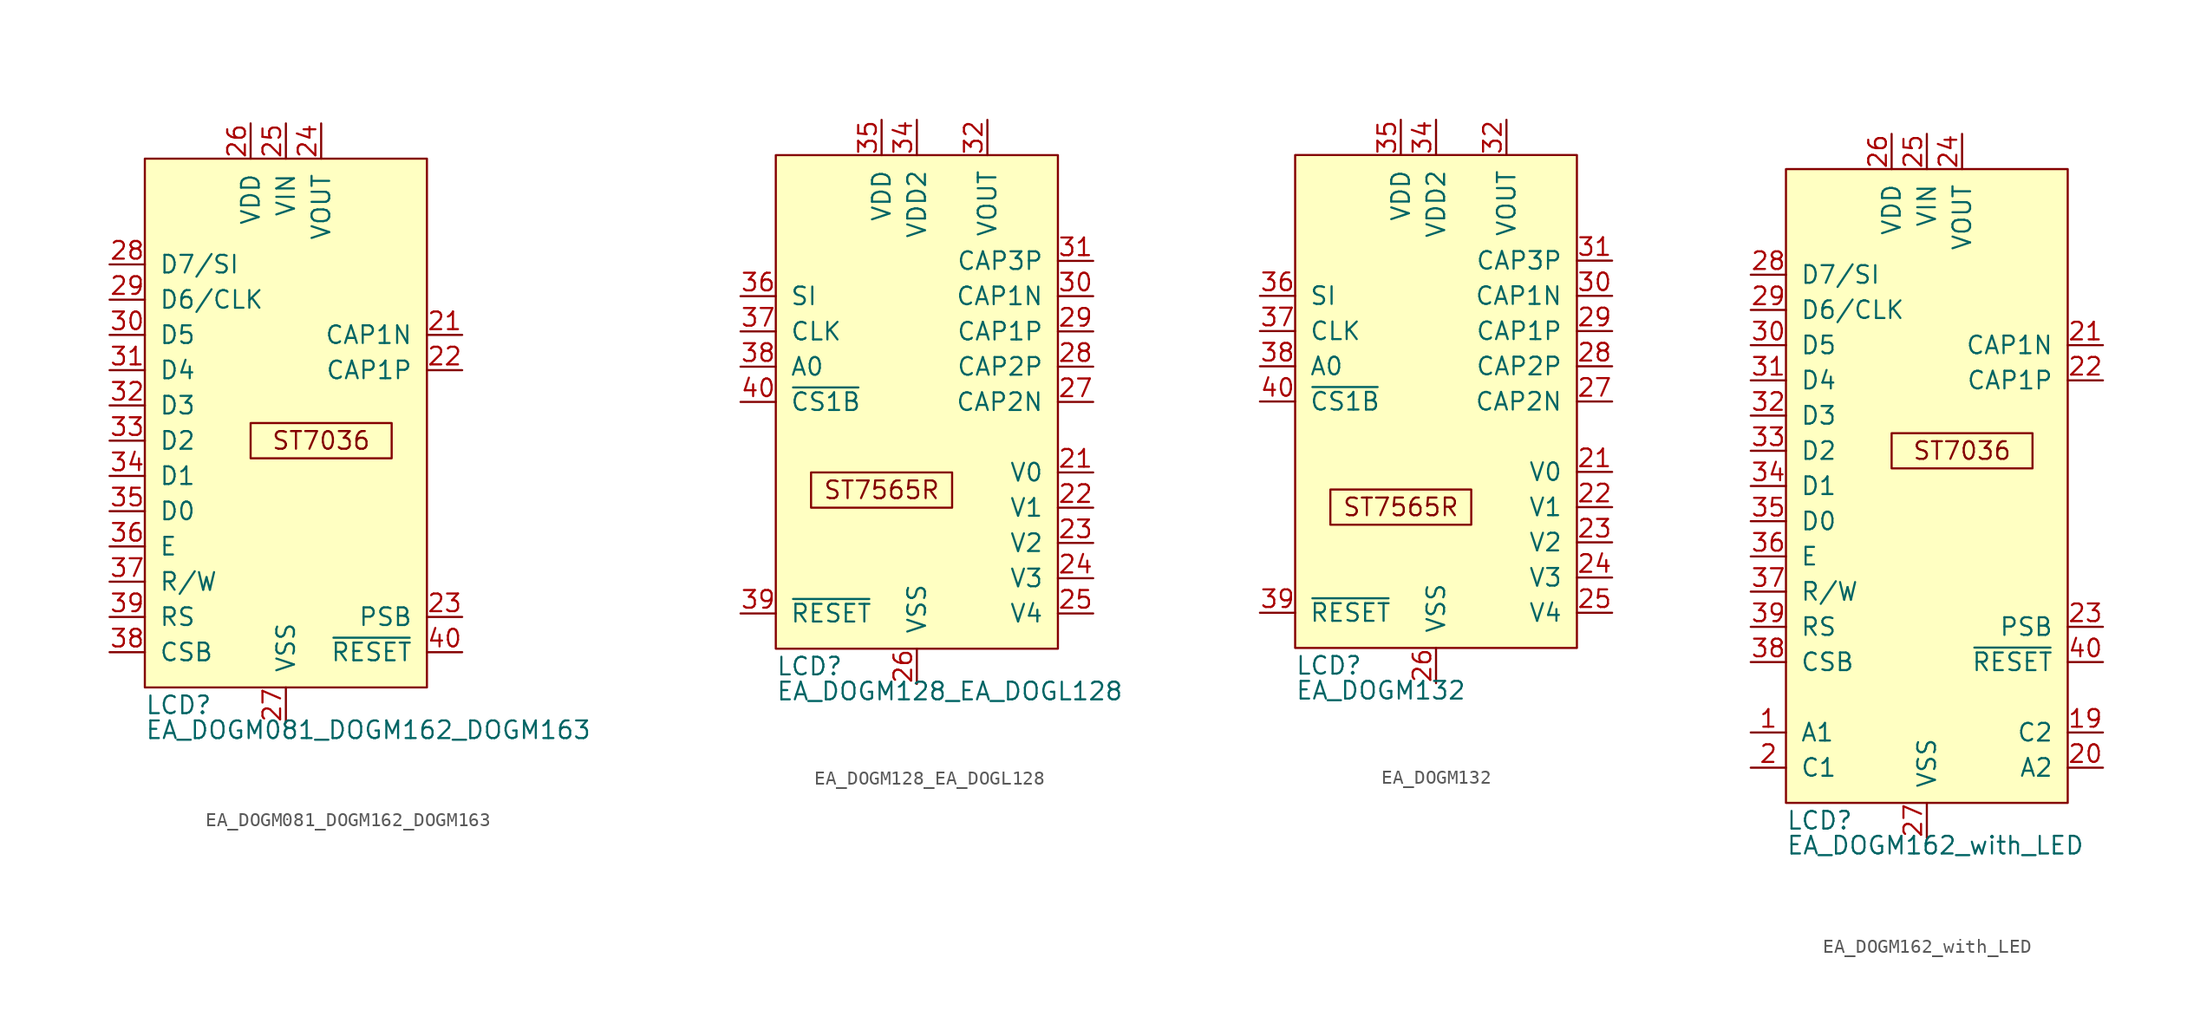
<source format=kicad_sym>
(kicad_symbol_lib
  (version 20211014)
  (generator kicad_symbol_editor)
  (symbol "EA_DOGM081_DOGM162_DOGM163"
    (pin_names
      (offset 1.016))
    (property "Reference" "LCD"
      (at -10.16 -19.05 0)
      (effects (font (size 1.27 1.27)) (justify left)))
    (property "Value" "EA_DOGM081_DOGM162_DOGM163"
      (at -10.16 -21.59 0)
      (effects (font (size 1.27 1.27)) (justify left bottom)))
    (symbol "EA_DOGM081_DOGM162_DOGM163_0_0"
      (rectangle (start -2.54 1.27) (end 7.62 -1.27) (stroke (width 0) (type default) (color 0 0 0 0)) (fill (type none)))
      (text "ST7036" (at 2.54 0 0) (effects (font (size 1.27 1.27))))
      (pin no_connect line (at -1.27 0 180) (length 2.54) hide (name "~" (effects (font (size 1.27 1.27)))) (number "1" (effects (font (size 1.27 1.27)))))
      (pin no_connect line (at -1.27 -5.08 180) (length 2.54) hide (name "~" (effects (font (size 1.27 1.27)))) (number "19" (effects (font (size 1.27 1.27)))))
      (pin no_connect line (at -1.27 -2.54 180) (length 2.54) hide (name "~" (effects (font (size 1.27 1.27)))) (number "2" (effects (font (size 1.27 1.27)))))
      (pin no_connect line (at -1.27 -7.62 180) (length 2.54) hide (name "~" (effects (font (size 1.27 1.27)))) (number "20" (effects (font (size 1.27 1.27)))))
      (pin passive line (at 12.7 7.62 180) (length 2.54) (name "CAP1N" (effects (font (size 1.27 1.27)))) (number "21" (effects (font (size 1.27 1.27)))))
      (pin passive line (at 12.7 5.08 180) (length 2.54) (name "CAP1P" (effects (font (size 1.27 1.27)))) (number "22" (effects (font (size 1.27 1.27)))))
      (pin input line (at 12.7 -12.7 180) (length 2.54) (name "PSB" (effects (font (size 1.27 1.27)))) (number "23" (effects (font (size 1.27 1.27)))))
      (pin power_in line (at 2.54 22.86 270) (length 2.54) (name "VOUT" (effects (font (size 1.27 1.27)))) (number "24" (effects (font (size 1.27 1.27)))))
      (pin power_in line (at 0 22.86 270) (length 2.54) (name "VIN" (effects (font (size 1.27 1.27)))) (number "25" (effects (font (size 1.27 1.27)))))
      (pin power_in line (at -2.54 22.86 270) (length 2.54) (name "VDD" (effects (font (size 1.27 1.27)))) (number "26" (effects (font (size 1.27 1.27)))))
      (pin power_in line (at 0 -20.32 90) (length 2.54) (name "VSS" (effects (font (size 1.27 1.27)))) (number "27" (effects (font (size 1.27 1.27)))))
      (pin bidirectional line (at -12.7 12.7 0) (length 2.54) (name "D7/SI" (effects (font (size 1.27 1.27)))) (number "28" (effects (font (size 1.27 1.27)))))
      (pin bidirectional line (at -12.7 10.16 0) (length 2.54) (name "D6/CLK" (effects (font (size 1.27 1.27)))) (number "29" (effects (font (size 1.27 1.27)))))
      (pin bidirectional line (at -12.7 7.62 0) (length 2.54) (name "D5" (effects (font (size 1.27 1.27)))) (number "30" (effects (font (size 1.27 1.27)))))
      (pin bidirectional line (at -12.7 5.08 0) (length 2.54) (name "D4" (effects (font (size 1.27 1.27)))) (number "31" (effects (font (size 1.27 1.27)))))
      (pin bidirectional line (at -12.7 2.54 0) (length 2.54) (name "D3" (effects (font (size 1.27 1.27)))) (number "32" (effects (font (size 1.27 1.27)))))
      (pin bidirectional line (at -12.7 0 0) (length 2.54) (name "D2" (effects (font (size 1.27 1.27)))) (number "33" (effects (font (size 1.27 1.27)))))
      (pin bidirectional line (at -12.7 -2.54 0) (length 2.54) (name "D1" (effects (font (size 1.27 1.27)))) (number "34" (effects (font (size 1.27 1.27)))))
      (pin bidirectional line (at -12.7 -5.08 0) (length 2.54) (name "D0" (effects (font (size 1.27 1.27)))) (number "35" (effects (font (size 1.27 1.27)))))
      (pin input line (at -12.7 -7.62 0) (length 2.54) (name "E" (effects (font (size 1.27 1.27)))) (number "36" (effects (font (size 1.27 1.27)))))
      (pin input line (at -12.7 -10.16 0) (length 2.54) (name "R/W" (effects (font (size 1.27 1.27)))) (number "37" (effects (font (size 1.27 1.27)))))
      (pin input line (at -12.7 -15.24 0) (length 2.54) (name "CSB" (effects (font (size 1.27 1.27)))) (number "38" (effects (font (size 1.27 1.27)))))
      (pin input line (at -12.7 -12.7 0) (length 2.54) (name "RS" (effects (font (size 1.27 1.27)))) (number "39" (effects (font (size 1.27 1.27)))))
      (pin input line (at 12.7 -15.24 180) (length 2.54) (name "~{RESET}" (effects (font (size 1.27 1.27)))) (number "40" (effects (font (size 1.27 1.27))))))
    (symbol "EA_DOGM081_DOGM162_DOGM163_0_1"
      (rectangle (start -10.16 20.32) (end 10.16 -17.78) (stroke (width 0) (type default) (color 0 0 0 0)) (fill (type background)))))
  (symbol "EA_DOGM128_EA_DOGL128"
    (pin_names
      (offset 1.016))
    (property "Reference" "LCD"
      (at -10.16 -19.05 0)
      (effects (font (size 1.27 1.27)) (justify left)))
    (property "Value" "EA_DOGM128_EA_DOGL128"
      (at -10.16 -21.59 0)
      (effects (font (size 1.27 1.27)) (justify left bottom)))
    (symbol "EA_DOGM128_EA_DOGL128_0_0"
      (rectangle (start -7.62 -5.08) (end 2.54 -7.62) (stroke (width 0) (type default) (color 0 0 0 0)) (fill (type none)))
      (text "ST7565R" (at -2.54 -6.35 0) (effects (font (size 1.27 1.27))))
      (pin no_connect line (at -5.08 0 180) (length 2.54) hide (name "~" (effects (font (size 1.27 1.27)))) (number "1" (effects (font (size 1.27 1.27)))))
      (pin no_connect line (at -5.08 -7.62 180) (length 2.54) hide (name "~" (effects (font (size 1.27 1.27)))) (number "18" (effects (font (size 1.27 1.27)))))
      (pin no_connect line (at -5.08 -10.16 180) (length 2.54) hide (name "~" (effects (font (size 1.27 1.27)))) (number "19" (effects (font (size 1.27 1.27)))))
      (pin no_connect line (at -5.08 -2.54 180) (length 2.54) hide (name "~" (effects (font (size 1.27 1.27)))) (number "2" (effects (font (size 1.27 1.27)))))
      (pin no_connect line (at -5.08 -12.7 180) (length 2.54) hide (name "~" (effects (font (size 1.27 1.27)))) (number "20" (effects (font (size 1.27 1.27)))))
      (pin power_in line (at 12.7 -5.08 180) (length 2.54) (name "V0" (effects (font (size 1.27 1.27)))) (number "21" (effects (font (size 1.27 1.27)))))
      (pin power_in line (at 12.7 -7.62 180) (length 2.54) (name "V1" (effects (font (size 1.27 1.27)))) (number "22" (effects (font (size 1.27 1.27)))))
      (pin power_in line (at 12.7 -10.16 180) (length 2.54) (name "V2" (effects (font (size 1.27 1.27)))) (number "23" (effects (font (size 1.27 1.27)))))
      (pin power_in line (at 12.7 -12.7 180) (length 2.54) (name "V3" (effects (font (size 1.27 1.27)))) (number "24" (effects (font (size 1.27 1.27)))))
      (pin power_in line (at 12.7 -15.24 180) (length 2.54) (name "V4" (effects (font (size 1.27 1.27)))) (number "25" (effects (font (size 1.27 1.27)))))
      (pin power_in line (at 0 -20.32 90) (length 2.54) (name "VSS" (effects (font (size 1.27 1.27)))) (number "26" (effects (font (size 1.27 1.27)))))
      (pin passive line (at 12.7 0 180) (length 2.54) (name "CAP2N" (effects (font (size 1.27 1.27)))) (number "27" (effects (font (size 1.27 1.27)))))
      (pin passive line (at 12.7 2.54 180) (length 2.54) (name "CAP2P" (effects (font (size 1.27 1.27)))) (number "28" (effects (font (size 1.27 1.27)))))
      (pin passive line (at 12.7 5.08 180) (length 2.54) (name "CAP1P" (effects (font (size 1.27 1.27)))) (number "29" (effects (font (size 1.27 1.27)))))
      (pin no_connect line (at -5.08 -5.08 180) (length 2.54) hide (name "~" (effects (font (size 1.27 1.27)))) (number "3" (effects (font (size 1.27 1.27)))))
      (pin passive line (at 12.7 7.62 180) (length 2.54) (name "CAP1N" (effects (font (size 1.27 1.27)))) (number "30" (effects (font (size 1.27 1.27)))))
      (pin passive line (at 12.7 10.16 180) (length 2.54) (name "CAP3P" (effects (font (size 1.27 1.27)))) (number "31" (effects (font (size 1.27 1.27)))))
      (pin power_in line (at 5.08 20.32 270) (length 2.54) (name "VOUT" (effects (font (size 1.27 1.27)))) (number "32" (effects (font (size 1.27 1.27)))))
      (pin passive line (at 0 -20.32 90) (length 2.54) hide (name "VSS" (effects (font (size 1.27 1.27)))) (number "33" (effects (font (size 1.27 1.27)))))
      (pin power_in line (at 0 20.32 270) (length 2.54) (name "VDD2" (effects (font (size 1.27 1.27)))) (number "34" (effects (font (size 1.27 1.27)))))
      (pin power_in line (at -2.54 20.32 270) (length 2.54) (name "VDD" (effects (font (size 1.27 1.27)))) (number "35" (effects (font (size 1.27 1.27)))))
      (pin input line (at -12.7 7.62 0) (length 2.54) (name "SI" (effects (font (size 1.27 1.27)))) (number "36" (effects (font (size 1.27 1.27)))))
      (pin input line (at -12.7 5.08 0) (length 2.54) (name "CLK" (effects (font (size 1.27 1.27)))) (number "37" (effects (font (size 1.27 1.27)))))
      (pin input line (at -12.7 2.54 0) (length 2.54) (name "A0" (effects (font (size 1.27 1.27)))) (number "38" (effects (font (size 1.27 1.27)))))
      (pin input line (at -12.7 -15.24 0) (length 2.54) (name "~{RESET}" (effects (font (size 1.27 1.27)))) (number "39" (effects (font (size 1.27 1.27)))))
      (pin input line (at -12.7 0 0) (length 2.54) (name "~{CS1B}" (effects (font (size 1.27 1.27)))) (number "40" (effects (font (size 1.27 1.27))))))
    (symbol "EA_DOGM128_EA_DOGL128_0_1"
      (rectangle (start -10.16 17.78) (end 10.16 -17.78) (stroke (width 0) (type default) (color 0 0 0 0)) (fill (type background)))))
  (symbol "EA_DOGM132"
    (pin_names
      (offset 1.016))
    (property "Reference" "LCD"
      (at -10.16 -19.05 0)
      (effects (font (size 1.27 1.27)) (justify left)))
    (property "Value" "EA_DOGM132"
      (at -10.16 -21.59 0)
      (effects (font (size 1.27 1.27)) (justify left bottom)))
    (symbol "EA_DOGM132_0_0"
      (rectangle (start -7.62 -6.35) (end 2.54 -8.89) (stroke (width 0) (type default) (color 0 0 0 0)) (fill (type none)))
      (text "ST7565R" (at -2.54 -7.62 0) (effects (font (size 1.27 1.27))))
      (pin no_connect line (at -5.08 -3.81 180) (length 2.54) hide (name "~" (effects (font (size 1.27 1.27)))) (number "1" (effects (font (size 1.27 1.27)))))
      (pin no_connect line (at -5.08 -8.89 180) (length 2.54) hide (name "~" (effects (font (size 1.27 1.27)))) (number "19" (effects (font (size 1.27 1.27)))))
      (pin no_connect line (at -5.08 -6.35 180) (length 2.54) hide (name "~" (effects (font (size 1.27 1.27)))) (number "2" (effects (font (size 1.27 1.27)))))
      (pin no_connect line (at -5.08 -11.43 180) (length 2.54) hide (name "~" (effects (font (size 1.27 1.27)))) (number "20" (effects (font (size 1.27 1.27)))))
      (pin power_in line (at 12.7 -5.08 180) (length 2.54) (name "V0" (effects (font (size 1.27 1.27)))) (number "21" (effects (font (size 1.27 1.27)))))
      (pin power_in line (at 12.7 -7.62 180) (length 2.54) (name "V1" (effects (font (size 1.27 1.27)))) (number "22" (effects (font (size 1.27 1.27)))))
      (pin power_in line (at 12.7 -10.16 180) (length 2.54) (name "V2" (effects (font (size 1.27 1.27)))) (number "23" (effects (font (size 1.27 1.27)))))
      (pin power_in line (at 12.7 -12.7 180) (length 2.54) (name "V3" (effects (font (size 1.27 1.27)))) (number "24" (effects (font (size 1.27 1.27)))))
      (pin power_in line (at 12.7 -15.24 180) (length 2.54) (name "V4" (effects (font (size 1.27 1.27)))) (number "25" (effects (font (size 1.27 1.27)))))
      (pin power_in line (at 0 -20.32 90) (length 2.54) (name "VSS" (effects (font (size 1.27 1.27)))) (number "26" (effects (font (size 1.27 1.27)))))
      (pin passive line (at 12.7 0 180) (length 2.54) (name "CAP2N" (effects (font (size 1.27 1.27)))) (number "27" (effects (font (size 1.27 1.27)))))
      (pin passive line (at 12.7 2.54 180) (length 2.54) (name "CAP2P" (effects (font (size 1.27 1.27)))) (number "28" (effects (font (size 1.27 1.27)))))
      (pin passive line (at 12.7 5.08 180) (length 2.54) (name "CAP1P" (effects (font (size 1.27 1.27)))) (number "29" (effects (font (size 1.27 1.27)))))
      (pin passive line (at 12.7 7.62 180) (length 2.54) (name "CAP1N" (effects (font (size 1.27 1.27)))) (number "30" (effects (font (size 1.27 1.27)))))
      (pin passive line (at 12.7 10.16 180) (length 2.54) (name "CAP3P" (effects (font (size 1.27 1.27)))) (number "31" (effects (font (size 1.27 1.27)))))
      (pin power_in line (at 5.08 20.32 270) (length 2.54) (name "VOUT" (effects (font (size 1.27 1.27)))) (number "32" (effects (font (size 1.27 1.27)))))
      (pin passive line (at 0 -20.32 90) (length 2.54) hide (name "VSS" (effects (font (size 1.27 1.27)))) (number "33" (effects (font (size 1.27 1.27)))))
      (pin power_in line (at 0 20.32 270) (length 2.54) (name "VDD2" (effects (font (size 1.27 1.27)))) (number "34" (effects (font (size 1.27 1.27)))))
      (pin power_in line (at -2.54 20.32 270) (length 2.54) (name "VDD" (effects (font (size 1.27 1.27)))) (number "35" (effects (font (size 1.27 1.27)))))
      (pin input line (at -12.7 7.62 0) (length 2.54) (name "SI" (effects (font (size 1.27 1.27)))) (number "36" (effects (font (size 1.27 1.27)))))
      (pin input line (at -12.7 5.08 0) (length 2.54) (name "CLK" (effects (font (size 1.27 1.27)))) (number "37" (effects (font (size 1.27 1.27)))))
      (pin input line (at -12.7 2.54 0) (length 2.54) (name "A0" (effects (font (size 1.27 1.27)))) (number "38" (effects (font (size 1.27 1.27)))))
      (pin input line (at -12.7 -15.24 0) (length 2.54) (name "~{RESET}" (effects (font (size 1.27 1.27)))) (number "39" (effects (font (size 1.27 1.27)))))
      (pin input line (at -12.7 0 0) (length 2.54) (name "~{CS1B}" (effects (font (size 1.27 1.27)))) (number "40" (effects (font (size 1.27 1.27))))))
    (symbol "EA_DOGM132_0_1"
      (rectangle (start -10.16 17.78) (end 10.16 -17.78) (stroke (width 0) (type default) (color 0 0 0 0)) (fill (type background)))))
  (symbol "EA_DOGM162_with_LED"
    (pin_names
      (offset 1.016))
    (property "Reference" "LCD"
      (at -10.16 -26.67 0)
      (effects (font (size 1.27 1.27)) (justify left)))
    (property "Value" "EA_DOGM162_with_LED"
      (at -10.16 -29.21 0)
      (effects (font (size 1.27 1.27)) (justify left bottom)))
    (symbol "EA_DOGM162_with_LED_0_0"
      (rectangle (start -2.54 1.27) (end 7.62 -1.27) (stroke (width 0) (type default) (color 0 0 0 0)) (fill (type none)))
      (text "ST7036" (at 2.54 0 0) (effects (font (size 1.27 1.27))))
      (pin passive line (at -12.7 -20.32 0) (length 2.54) (name "A1" (effects (font (size 1.27 1.27)))) (number "1" (effects (font (size 1.27 1.27)))))
      (pin passive line (at 12.7 -20.32 180) (length 2.54) (name "C2" (effects (font (size 1.27 1.27)))) (number "19" (effects (font (size 1.27 1.27)))))
      (pin passive line (at -12.7 -22.86 0) (length 2.54) (name "C1" (effects (font (size 1.27 1.27)))) (number "2" (effects (font (size 1.27 1.27)))))
      (pin passive line (at 12.7 -22.86 180) (length 2.54) (name "A2" (effects (font (size 1.27 1.27)))) (number "20" (effects (font (size 1.27 1.27)))))
      (pin passive line (at 12.7 7.62 180) (length 2.54) (name "CAP1N" (effects (font (size 1.27 1.27)))) (number "21" (effects (font (size 1.27 1.27)))))
      (pin passive line (at 12.7 5.08 180) (length 2.54) (name "CAP1P" (effects (font (size 1.27 1.27)))) (number "22" (effects (font (size 1.27 1.27)))))
      (pin input line (at 12.7 -12.7 180) (length 2.54) (name "PSB" (effects (font (size 1.27 1.27)))) (number "23" (effects (font (size 1.27 1.27)))))
      (pin power_in line (at 2.54 22.86 270) (length 2.54) (name "VOUT" (effects (font (size 1.27 1.27)))) (number "24" (effects (font (size 1.27 1.27)))))
      (pin power_in line (at 0 22.86 270) (length 2.54) (name "VIN" (effects (font (size 1.27 1.27)))) (number "25" (effects (font (size 1.27 1.27)))))
      (pin power_in line (at -2.54 22.86 270) (length 2.54) (name "VDD" (effects (font (size 1.27 1.27)))) (number "26" (effects (font (size 1.27 1.27)))))
      (pin power_in line (at 0 -27.94 90) (length 2.54) (name "VSS" (effects (font (size 1.27 1.27)))) (number "27" (effects (font (size 1.27 1.27)))))
      (pin bidirectional line (at -12.7 12.7 0) (length 2.54) (name "D7/SI" (effects (font (size 1.27 1.27)))) (number "28" (effects (font (size 1.27 1.27)))))
      (pin bidirectional line (at -12.7 10.16 0) (length 2.54) (name "D6/CLK" (effects (font (size 1.27 1.27)))) (number "29" (effects (font (size 1.27 1.27)))))
      (pin bidirectional line (at -12.7 7.62 0) (length 2.54) (name "D5" (effects (font (size 1.27 1.27)))) (number "30" (effects (font (size 1.27 1.27)))))
      (pin bidirectional line (at -12.7 5.08 0) (length 2.54) (name "D4" (effects (font (size 1.27 1.27)))) (number "31" (effects (font (size 1.27 1.27)))))
      (pin bidirectional line (at -12.7 2.54 0) (length 2.54) (name "D3" (effects (font (size 1.27 1.27)))) (number "32" (effects (font (size 1.27 1.27)))))
      (pin bidirectional line (at -12.7 0 0) (length 2.54) (name "D2" (effects (font (size 1.27 1.27)))) (number "33" (effects (font (size 1.27 1.27)))))
      (pin bidirectional line (at -12.7 -2.54 0) (length 2.54) (name "D1" (effects (font (size 1.27 1.27)))) (number "34" (effects (font (size 1.27 1.27)))))
      (pin bidirectional line (at -12.7 -5.08 0) (length 2.54) (name "D0" (effects (font (size 1.27 1.27)))) (number "35" (effects (font (size 1.27 1.27)))))
      (pin input line (at -12.7 -7.62 0) (length 2.54) (name "E" (effects (font (size 1.27 1.27)))) (number "36" (effects (font (size 1.27 1.27)))))
      (pin input line (at -12.7 -10.16 0) (length 2.54) (name "R/W" (effects (font (size 1.27 1.27)))) (number "37" (effects (font (size 1.27 1.27)))))
      (pin input line (at -12.7 -15.24 0) (length 2.54) (name "CSB" (effects (font (size 1.27 1.27)))) (number "38" (effects (font (size 1.27 1.27)))))
      (pin input line (at -12.7 -12.7 0) (length 2.54) (name "RS" (effects (font (size 1.27 1.27)))) (number "39" (effects (font (size 1.27 1.27)))))
      (pin input line (at 12.7 -15.24 180) (length 2.54) (name "~{RESET}" (effects (font (size 1.27 1.27)))) (number "40" (effects (font (size 1.27 1.27))))))
    (symbol "EA_DOGM162_with_LED_0_1"
      (rectangle (start -10.16 20.32) (end 10.16 -25.4) (stroke (width 0) (type default) (color 0 0 0 0)) (fill (type background))))))
</source>
